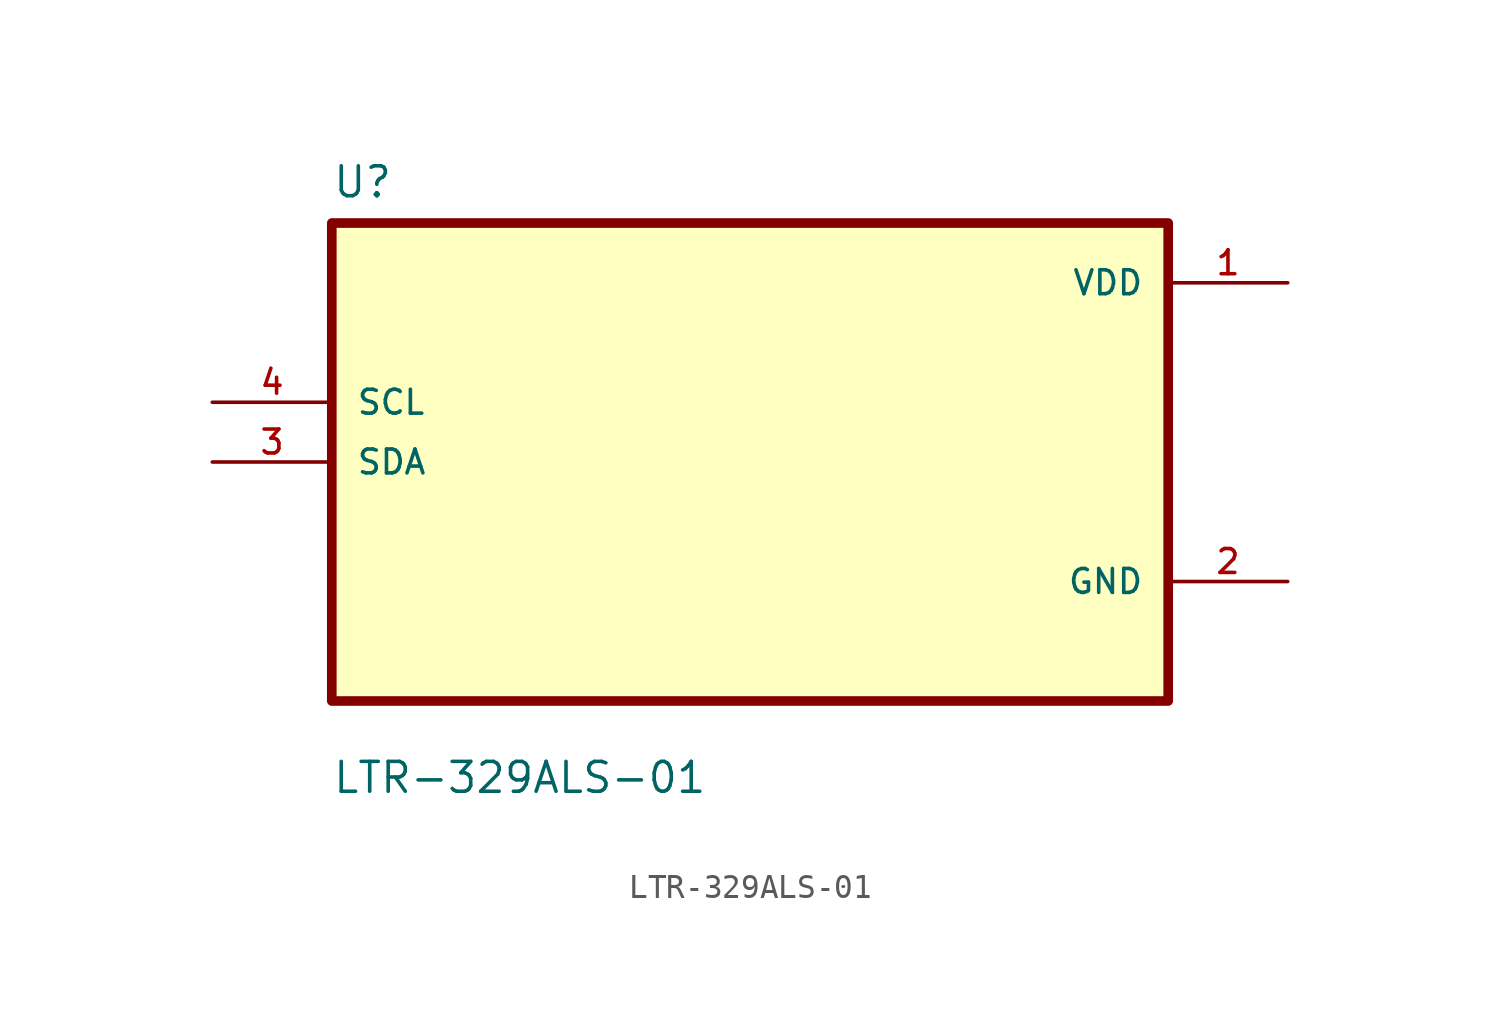
<source format=kicad_sym>
(kicad_symbol_lib
  (version 20220914)
  (generator kicad_symbol_editor)
  (symbol "LTR-329ALS-01"
    (pin_names
      (offset 1.016))
    (property "Reference" "U"
      (at -17.78 11.16 0)
      (effects (font (size 1.27 1.27)) (justify left bottom)))
    (property "Value" "LTR-329ALS-01"
      (at -17.78 -14.16 0)
      (effects (font (size 1.27 1.27)) (justify left bottom)))
    (symbol "LTR-329ALS-01_0_0"
      (rectangle (start -17.78 -10.16) (end 17.78 10.16) (stroke (width 0.41) (type default)) (fill (type background)))
      (pin power_in line (at 22.86 7.62 180) (length 5.08) (name "VDD" (effects (font (size 1.016 1.016)))) (number "1" (effects (font (size 1.016 1.016)))))
      (pin power_in line (at 22.86 -5.08 180) (length 5.08) (name "GND" (effects (font (size 1.016 1.016)))) (number "2" (effects (font (size 1.016 1.016)))))
      (pin bidirectional line (at -22.86 0 0) (length 5.08) (name "SDA" (effects (font (size 1.016 1.016)))) (number "3" (effects (font (size 1.016 1.016)))))
      (pin bidirectional line (at -22.86 2.54 0) (length 5.08) (name "SCL" (effects (font (size 1.016 1.016)))) (number "4" (effects (font (size 1.016 1.016))))))))
</source>
